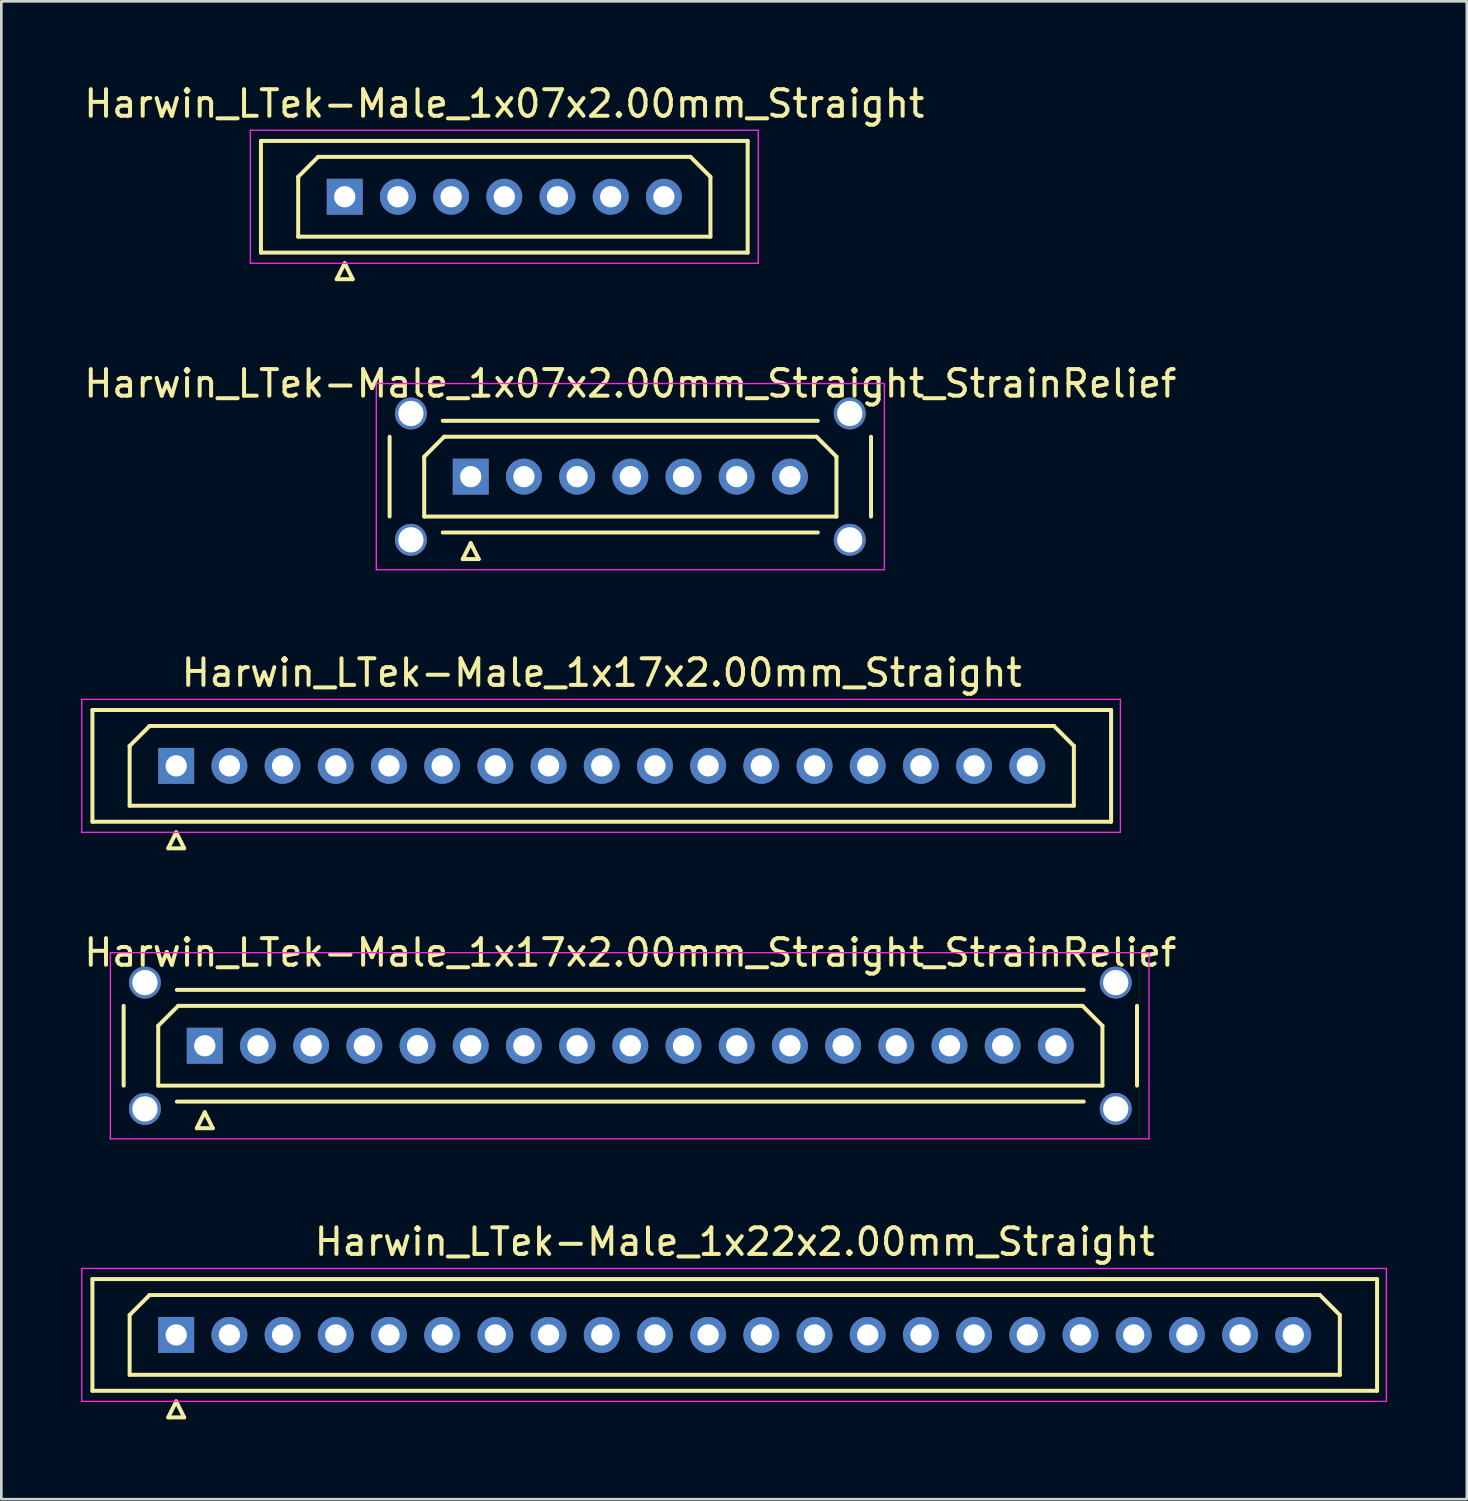
<source format=kicad_pcb>
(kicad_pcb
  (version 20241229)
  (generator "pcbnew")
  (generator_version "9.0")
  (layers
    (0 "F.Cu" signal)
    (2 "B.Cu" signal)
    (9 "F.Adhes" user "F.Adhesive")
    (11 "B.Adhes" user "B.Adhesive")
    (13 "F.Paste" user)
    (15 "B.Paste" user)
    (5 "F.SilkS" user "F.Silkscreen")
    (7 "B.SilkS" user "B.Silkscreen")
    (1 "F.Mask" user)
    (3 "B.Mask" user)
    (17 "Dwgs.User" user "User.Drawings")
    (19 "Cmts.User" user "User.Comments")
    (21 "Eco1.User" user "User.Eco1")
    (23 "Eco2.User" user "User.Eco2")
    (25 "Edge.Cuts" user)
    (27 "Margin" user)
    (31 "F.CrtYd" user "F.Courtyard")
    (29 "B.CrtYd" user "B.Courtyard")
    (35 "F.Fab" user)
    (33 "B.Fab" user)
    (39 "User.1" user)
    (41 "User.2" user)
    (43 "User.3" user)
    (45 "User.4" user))
  (footprint "Harwin_LTek-Male_1x22x2.00mm_Straight"
    (layer "F.Cu")
    (at 3.575 47.141)
    (property "Reference" "Harwin_LTek-Male_1x22x2.00mm_Straight" (at 21 -3.5 0) (layer "F.SilkS") (effects (font (size 1 1) (thickness 0.15))))
    (attr through_hole)
    (fp_line (start -3.15 -2.1) (end -3.15 2.1) (stroke (width 0.15) (type solid)) (layer "F.SilkS"))
    (fp_line (start -3.15 2.1) (end 45.15 2.1) (stroke (width 0.15) (type solid)) (layer "F.SilkS"))
    (fp_line (start -1.75 -0.75) (end -1 -1.5) (stroke (width 0.15) (type solid)) (layer "F.SilkS"))
    (fp_line (start -1.75 1.5) (end -1.75 -0.75) (stroke (width 0.15) (type solid)) (layer "F.SilkS"))
    (fp_line (start -1 -1.5) (end 43 -1.5) (stroke (width 0.15) (type solid)) (layer "F.SilkS"))
    (fp_line (start -0.3 3.1) (end 0.3 3.1) (stroke (width 0.15) (type solid)) (layer "F.SilkS"))
    (fp_line (start 0 2.5) (end -0.3 3.1) (stroke (width 0.15) (type solid)) (layer "F.SilkS"))
    (fp_line (start 0.3 3.1) (end 0 2.5) (stroke (width 0.15) (type solid)) (layer "F.SilkS"))
    (fp_line (start 43 -1.5) (end 43.75 -0.75) (stroke (width 0.15) (type solid)) (layer "F.SilkS"))
    (fp_line (start 43.75 -0.75) (end 43.75 1.5) (stroke (width 0.15) (type solid)) (layer "F.SilkS"))
    (fp_line (start 43.75 1.5) (end -1.75 1.5) (stroke (width 0.15) (type solid)) (layer "F.SilkS"))
    (fp_line (start 45.15 -2.1) (end -3.15 -2.1) (stroke (width 0.15) (type solid)) (layer "F.SilkS"))
    (fp_line (start 45.15 2.1) (end 45.15 -2.1) (stroke (width 0.15) (type solid)) (layer "F.SilkS"))
    (fp_line (start -3.55 -2.5) (end -3.55 2.5) (stroke (width 0.05) (type solid)) (layer "F.CrtYd"))
    (fp_line (start -3.55 2.5) (end 45.5 2.5) (stroke (width 0.05) (type solid)) (layer "F.CrtYd"))
    (fp_line (start 45.5 -2.5) (end -3.55 -2.5) (stroke (width 0.05) (type solid)) (layer "F.CrtYd"))
    (fp_line (start 45.5 2.5) (end 45.5 -2.5) (stroke (width 0.05) (type solid)) (layer "F.CrtYd"))
    (pad "1" thru_hole rect (at 0 0) (size 1.35 1.35) (drill 0.8) (layers "*.Cu" "*.Mask"))
    (pad "2" thru_hole circle (at 2 0) (size 1.35 1.35) (drill 0.8) (layers "*.Cu" "*.Mask"))
    (pad "3" thru_hole circle (at 4 0) (size 1.35 1.35) (drill 0.8) (layers "*.Cu" "*.Mask"))
    (pad "4" thru_hole circle (at 6 0) (size 1.35 1.35) (drill 0.8) (layers "*.Cu" "*.Mask"))
    (pad "5" thru_hole circle (at 8 0) (size 1.35 1.35) (drill 0.8) (layers "*.Cu" "*.Mask"))
    (pad "6" thru_hole circle (at 10 0) (size 1.35 1.35) (drill 0.8) (layers "*.Cu" "*.Mask"))
    (pad "7" thru_hole circle (at 12 0) (size 1.35 1.35) (drill 0.8) (layers "*.Cu" "*.Mask"))
    (pad "8" thru_hole circle (at 14 0) (size 1.35 1.35) (drill 0.8) (layers "*.Cu" "*.Mask"))
    (pad "9" thru_hole circle (at 16 0) (size 1.35 1.35) (drill 0.8) (layers "*.Cu" "*.Mask"))
    (pad "10" thru_hole circle (at 18 0) (size 1.35 1.35) (drill 0.8) (layers "*.Cu" "*.Mask"))
    (pad "11" thru_hole circle (at 20 0) (size 1.35 1.35) (drill 0.8) (layers "*.Cu" "*.Mask"))
    (pad "12" thru_hole circle (at 22 0) (size 1.35 1.35) (drill 0.8) (layers "*.Cu" "*.Mask"))
    (pad "13" thru_hole circle (at 24 0) (size 1.35 1.35) (drill 0.8) (layers "*.Cu" "*.Mask"))
    (pad "14" thru_hole circle (at 26 0) (size 1.35 1.35) (drill 0.8) (layers "*.Cu" "*.Mask"))
    (pad "15" thru_hole circle (at 28 0) (size 1.35 1.35) (drill 0.8) (layers "*.Cu" "*.Mask"))
    (pad "16" thru_hole circle (at 30 0) (size 1.35 1.35) (drill 0.8) (layers "*.Cu" "*.Mask"))
    (pad "17" thru_hole circle (at 32 0) (size 1.35 1.35) (drill 0.8) (layers "*.Cu" "*.Mask"))
    (pad "18" thru_hole circle (at 34 0) (size 1.35 1.35) (drill 0.8) (layers "*.Cu" "*.Mask"))
    (pad "19" thru_hole circle (at 36 0) (size 1.35 1.35) (drill 0.8) (layers "*.Cu" "*.Mask"))
    (pad "20" thru_hole circle (at 38 0) (size 1.35 1.35) (drill 0.8) (layers "*.Cu" "*.Mask"))
    (pad "21" thru_hole circle (at 40 0) (size 1.35 1.35) (drill 0.8) (layers "*.Cu" "*.Mask"))
    (pad "22" thru_hole circle (at 42 0) (size 1.35 1.35) (drill 0.8) (layers "*.Cu" "*.Mask")))
  (footprint "Harwin_LTek-Male_1x07x2.00mm_Straight_StrainRelief"
    (layer "F.Cu")
    (at 14.649 14.871)
    (property "Reference" "Harwin_LTek-Male_1x07x2.00mm_Straight_StrainRelief" (at 6 -3.5 0) (layer "F.SilkS") (effects (font (size 1 1) (thickness 0.15))))
    (attr through_hole)
    (fp_line (start -3.05 -1.5) (end -3.05 1.5) (stroke (width 0.15) (type solid)) (layer "F.SilkS"))
    (fp_line (start -1.75 -0.75) (end -1 -1.5) (stroke (width 0.15) (type solid)) (layer "F.SilkS"))
    (fp_line (start -1.75 1.5) (end -1.75 -0.75) (stroke (width 0.15) (type solid)) (layer "F.SilkS"))
    (fp_line (start -1.05 -2.1) (end 13.05 -2.1) (stroke (width 0.15) (type solid)) (layer "F.SilkS"))
    (fp_line (start -1.05 2.1) (end 13.05 2.1) (stroke (width 0.15) (type solid)) (layer "F.SilkS"))
    (fp_line (start -1 -1.5) (end 13 -1.5) (stroke (width 0.15) (type solid)) (layer "F.SilkS"))
    (fp_line (start -0.3 3.1) (end 0.3 3.1) (stroke (width 0.15) (type solid)) (layer "F.SilkS"))
    (fp_line (start 0 2.5) (end -0.3 3.1) (stroke (width 0.15) (type solid)) (layer "F.SilkS"))
    (fp_line (start 0.3 3.1) (end 0 2.5) (stroke (width 0.15) (type solid)) (layer "F.SilkS"))
    (fp_line (start 13 -1.5) (end 13.75 -0.75) (stroke (width 0.15) (type solid)) (layer "F.SilkS"))
    (fp_line (start 13.75 -0.75) (end 13.75 1.5) (stroke (width 0.15) (type solid)) (layer "F.SilkS"))
    (fp_line (start 13.75 1.5) (end -1.75 1.5) (stroke (width 0.15) (type solid)) (layer "F.SilkS"))
    (fp_line (start 15.05 -1.5) (end 15.05 1.5) (stroke (width 0.15) (type solid)) (layer "F.SilkS"))
    (fp_line (start -3.55 -3.5) (end -3.55 3.5) (stroke (width 0.05) (type solid)) (layer "F.CrtYd"))
    (fp_line (start -3.55 3.5) (end 15.55 3.5) (stroke (width 0.05) (type solid)) (layer "F.CrtYd"))
    (fp_line (start 15.55 -3.5) (end -3.55 -3.5) (stroke (width 0.05) (type solid)) (layer "F.CrtYd"))
    (fp_line (start 15.55 3.5) (end 15.55 -3.5) (stroke (width 0.05) (type solid)) (layer "F.CrtYd"))
    (pad "" thru_hole circle (at -2.25 -2.375) (size 1.2 1.2) (drill 0.95) (layers "*.Cu" "*.Mask"))
    (pad "" thru_hole circle (at -2.25 2.375) (size 1.2 1.2) (drill 0.95) (layers "*.Cu" "*.Mask"))
    (pad "" thru_hole circle (at 14.25 -2.375) (size 1.2 1.2) (drill 0.95) (layers "*.Cu" "*.Mask"))
    (pad "" thru_hole circle (at 14.25 2.375) (size 1.2 1.2) (drill 0.95) (layers "*.Cu" "*.Mask"))
    (pad "1" thru_hole rect (at 0 0) (size 1.35 1.35) (drill 0.8) (layers "*.Cu" "*.Mask"))
    (pad "2" thru_hole circle (at 2 0) (size 1.35 1.35) (drill 0.8) (layers "*.Cu" "*.Mask"))
    (pad "3" thru_hole circle (at 4 0) (size 1.35 1.35) (drill 0.8) (layers "*.Cu" "*.Mask"))
    (pad "4" thru_hole circle (at 6 0) (size 1.35 1.35) (drill 0.8) (layers "*.Cu" "*.Mask"))
    (pad "5" thru_hole circle (at 8 0) (size 1.35 1.35) (drill 0.8) (layers "*.Cu" "*.Mask"))
    (pad "6" thru_hole circle (at 10 0) (size 1.35 1.35) (drill 0.8) (layers "*.Cu" "*.Mask"))
    (pad "7" thru_hole circle (at 12 0) (size 1.35 1.35) (drill 0.8) (layers "*.Cu" "*.Mask")))
  (footprint "Harwin_LTek-Male_1x17x2.00mm_Straight"
    (layer "F.Cu")
    (at 3.575 25.745)
    (property "Reference" "Harwin_LTek-Male_1x17x2.00mm_Straight" (at 16 -3.5 0) (layer "F.SilkS") (effects (font (size 1 1) (thickness 0.15))))
    (attr through_hole)
    (fp_line (start -3.15 -2.1) (end -3.15 2.1) (stroke (width 0.15) (type solid)) (layer "F.SilkS"))
    (fp_line (start -3.15 2.1) (end 35.15 2.1) (stroke (width 0.15) (type solid)) (layer "F.SilkS"))
    (fp_line (start -1.75 -0.75) (end -1 -1.5) (stroke (width 0.15) (type solid)) (layer "F.SilkS"))
    (fp_line (start -1.75 1.5) (end -1.75 -0.75) (stroke (width 0.15) (type solid)) (layer "F.SilkS"))
    (fp_line (start -1 -1.5) (end 33 -1.5) (stroke (width 0.15) (type solid)) (layer "F.SilkS"))
    (fp_line (start -0.3 3.1) (end 0.3 3.1) (stroke (width 0.15) (type solid)) (layer "F.SilkS"))
    (fp_line (start 0 2.5) (end -0.3 3.1) (stroke (width 0.15) (type solid)) (layer "F.SilkS"))
    (fp_line (start 0.3 3.1) (end 0 2.5) (stroke (width 0.15) (type solid)) (layer "F.SilkS"))
    (fp_line (start 33 -1.5) (end 33.75 -0.75) (stroke (width 0.15) (type solid)) (layer "F.SilkS"))
    (fp_line (start 33.75 -0.75) (end 33.75 1.5) (stroke (width 0.15) (type solid)) (layer "F.SilkS"))
    (fp_line (start 33.75 1.5) (end -1.75 1.5) (stroke (width 0.15) (type solid)) (layer "F.SilkS"))
    (fp_line (start 35.15 -2.1) (end -3.15 -2.1) (stroke (width 0.15) (type solid)) (layer "F.SilkS"))
    (fp_line (start 35.15 2.1) (end 35.15 -2.1) (stroke (width 0.15) (type solid)) (layer "F.SilkS"))
    (fp_line (start -3.55 -2.5) (end -3.55 2.5) (stroke (width 0.05) (type solid)) (layer "F.CrtYd"))
    (fp_line (start -3.55 2.5) (end 35.5 2.5) (stroke (width 0.05) (type solid)) (layer "F.CrtYd"))
    (fp_line (start 35.5 -2.5) (end -3.55 -2.5) (stroke (width 0.05) (type solid)) (layer "F.CrtYd"))
    (fp_line (start 35.5 2.5) (end 35.5 -2.5) (stroke (width 0.05) (type solid)) (layer "F.CrtYd"))
    (pad "1" thru_hole rect (at 0 0) (size 1.35 1.35) (drill 0.8) (layers "*.Cu" "*.Mask"))
    (pad "2" thru_hole circle (at 2 0) (size 1.35 1.35) (drill 0.8) (layers "*.Cu" "*.Mask"))
    (pad "3" thru_hole circle (at 4 0) (size 1.35 1.35) (drill 0.8) (layers "*.Cu" "*.Mask"))
    (pad "4" thru_hole circle (at 6 0) (size 1.35 1.35) (drill 0.8) (layers "*.Cu" "*.Mask"))
    (pad "5" thru_hole circle (at 8 0) (size 1.35 1.35) (drill 0.8) (layers "*.Cu" "*.Mask"))
    (pad "6" thru_hole circle (at 10 0) (size 1.35 1.35) (drill 0.8) (layers "*.Cu" "*.Mask"))
    (pad "7" thru_hole circle (at 12 0) (size 1.35 1.35) (drill 0.8) (layers "*.Cu" "*.Mask"))
    (pad "8" thru_hole circle (at 14 0) (size 1.35 1.35) (drill 0.8) (layers "*.Cu" "*.Mask"))
    (pad "9" thru_hole circle (at 16 0) (size 1.35 1.35) (drill 0.8) (layers "*.Cu" "*.Mask"))
    (pad "10" thru_hole circle (at 18 0) (size 1.35 1.35) (drill 0.8) (layers "*.Cu" "*.Mask"))
    (pad "11" thru_hole circle (at 20 0) (size 1.35 1.35) (drill 0.8) (layers "*.Cu" "*.Mask"))
    (pad "12" thru_hole circle (at 22 0) (size 1.35 1.35) (drill 0.8) (layers "*.Cu" "*.Mask"))
    (pad "13" thru_hole circle (at 24 0) (size 1.35 1.35) (drill 0.8) (layers "*.Cu" "*.Mask"))
    (pad "14" thru_hole circle (at 26 0) (size 1.35 1.35) (drill 0.8) (layers "*.Cu" "*.Mask"))
    (pad "15" thru_hole circle (at 28 0) (size 1.35 1.35) (drill 0.8) (layers "*.Cu" "*.Mask"))
    (pad "16" thru_hole circle (at 30 0) (size 1.35 1.35) (drill 0.8) (layers "*.Cu" "*.Mask"))
    (pad "17" thru_hole circle (at 32 0) (size 1.35 1.35) (drill 0.8) (layers "*.Cu" "*.Mask")))
  (footprint "Harwin_LTek-Male_1x17x2.00mm_Straight_StrainRelief"
    (layer "F.Cu")
    (at 4.649 36.268)
    (property "Reference" "Harwin_LTek-Male_1x17x2.00mm_Straight_StrainRelief" (at 16 -3.5 0) (layer "F.SilkS") (effects (font (size 1 1) (thickness 0.15))))
    (attr through_hole)
    (fp_line (start -3.05 -1.5) (end -3.05 1.5) (stroke (width 0.15) (type solid)) (layer "F.SilkS"))
    (fp_line (start -1.75 -0.75) (end -1 -1.5) (stroke (width 0.15) (type solid)) (layer "F.SilkS"))
    (fp_line (start -1.75 1.5) (end -1.75 -0.75) (stroke (width 0.15) (type solid)) (layer "F.SilkS"))
    (fp_line (start -1.05 -2.1) (end 33.05 -2.1) (stroke (width 0.15) (type solid)) (layer "F.SilkS"))
    (fp_line (start -1.05 2.1) (end 33.05 2.1) (stroke (width 0.15) (type solid)) (layer "F.SilkS"))
    (fp_line (start -1 -1.5) (end 33 -1.5) (stroke (width 0.15) (type solid)) (layer "F.SilkS"))
    (fp_line (start -0.3 3.1) (end 0.3 3.1) (stroke (width 0.15) (type solid)) (layer "F.SilkS"))
    (fp_line (start 0 2.5) (end -0.3 3.1) (stroke (width 0.15) (type solid)) (layer "F.SilkS"))
    (fp_line (start 0.3 3.1) (end 0 2.5) (stroke (width 0.15) (type solid)) (layer "F.SilkS"))
    (fp_line (start 33 -1.5) (end 33.75 -0.75) (stroke (width 0.15) (type solid)) (layer "F.SilkS"))
    (fp_line (start 33.75 -0.75) (end 33.75 1.5) (stroke (width 0.15) (type solid)) (layer "F.SilkS"))
    (fp_line (start 33.75 1.5) (end -1.75 1.5) (stroke (width 0.15) (type solid)) (layer "F.SilkS"))
    (fp_line (start 35.05 -1.5) (end 35.05 1.5) (stroke (width 0.15) (type solid)) (layer "F.SilkS"))
    (fp_line (start -3.55 -3.5) (end -3.55 3.5) (stroke (width 0.05) (type solid)) (layer "F.CrtYd"))
    (fp_line (start -3.55 3.5) (end 35.5 3.5) (stroke (width 0.05) (type solid)) (layer "F.CrtYd"))
    (fp_line (start 35.5 -3.5) (end -3.55 -3.5) (stroke (width 0.05) (type solid)) (layer "F.CrtYd"))
    (fp_line (start 35.5 3.5) (end 35.5 -3.5) (stroke (width 0.05) (type solid)) (layer "F.CrtYd"))
    (pad "" thru_hole circle (at -2.25 -2.375) (size 1.2 1.2) (drill 0.95) (layers "*.Cu" "*.Mask"))
    (pad "" thru_hole circle (at -2.25 2.375) (size 1.2 1.2) (drill 0.95) (layers "*.Cu" "*.Mask"))
    (pad "" thru_hole circle (at 34.25 -2.375) (size 1.2 1.2) (drill 0.95) (layers "*.Cu" "*.Mask"))
    (pad "" thru_hole circle (at 34.25 2.375) (size 1.2 1.2) (drill 0.95) (layers "*.Cu" "*.Mask"))
    (pad "1" thru_hole rect (at 0 0) (size 1.35 1.35) (drill 0.8) (layers "*.Cu" "*.Mask"))
    (pad "2" thru_hole circle (at 2 0) (size 1.35 1.35) (drill 0.8) (layers "*.Cu" "*.Mask"))
    (pad "3" thru_hole circle (at 4 0) (size 1.35 1.35) (drill 0.8) (layers "*.Cu" "*.Mask"))
    (pad "4" thru_hole circle (at 6 0) (size 1.35 1.35) (drill 0.8) (layers "*.Cu" "*.Mask"))
    (pad "5" thru_hole circle (at 8 0) (size 1.35 1.35) (drill 0.8) (layers "*.Cu" "*.Mask"))
    (pad "6" thru_hole circle (at 10 0) (size 1.35 1.35) (drill 0.8) (layers "*.Cu" "*.Mask"))
    (pad "7" thru_hole circle (at 12 0) (size 1.35 1.35) (drill 0.8) (layers "*.Cu" "*.Mask"))
    (pad "8" thru_hole circle (at 14 0) (size 1.35 1.35) (drill 0.8) (layers "*.Cu" "*.Mask"))
    (pad "9" thru_hole circle (at 16 0) (size 1.35 1.35) (drill 0.8) (layers "*.Cu" "*.Mask"))
    (pad "10" thru_hole circle (at 18 0) (size 1.35 1.35) (drill 0.8) (layers "*.Cu" "*.Mask"))
    (pad "11" thru_hole circle (at 20 0) (size 1.35 1.35) (drill 0.8) (layers "*.Cu" "*.Mask"))
    (pad "12" thru_hole circle (at 22 0) (size 1.35 1.35) (drill 0.8) (layers "*.Cu" "*.Mask"))
    (pad "13" thru_hole circle (at 24 0) (size 1.35 1.35) (drill 0.8) (layers "*.Cu" "*.Mask"))
    (pad "14" thru_hole circle (at 26 0) (size 1.35 1.35) (drill 0.8) (layers "*.Cu" "*.Mask"))
    (pad "15" thru_hole circle (at 28 0) (size 1.35 1.35) (drill 0.8) (layers "*.Cu" "*.Mask"))
    (pad "16" thru_hole circle (at 30 0) (size 1.35 1.35) (drill 0.8) (layers "*.Cu" "*.Mask"))
    (pad "17" thru_hole circle (at 32 0) (size 1.35 1.35) (drill 0.8) (layers "*.Cu" "*.Mask")))
  (footprint "Harwin_LTek-Male_1x07x2.00mm_Straight"
    (layer "F.Cu")
    (at 9.911 4.348)
    (property "Reference" "Harwin_LTek-Male_1x07x2.00mm_Straight" (at 6 -3.5 0) (layer "F.SilkS") (effects (font (size 1 1) (thickness 0.15))))
    (attr through_hole)
    (fp_line (start -3.15 -2.1) (end -3.15 2.1) (stroke (width 0.15) (type solid)) (layer "F.SilkS"))
    (fp_line (start -3.15 2.1) (end 15.15 2.1) (stroke (width 0.15) (type solid)) (layer "F.SilkS"))
    (fp_line (start -1.75 -0.75) (end -1 -1.5) (stroke (width 0.15) (type solid)) (layer "F.SilkS"))
    (fp_line (start -1.75 1.5) (end -1.75 -0.75) (stroke (width 0.15) (type solid)) (layer "F.SilkS"))
    (fp_line (start -1 -1.5) (end 13 -1.5) (stroke (width 0.15) (type solid)) (layer "F.SilkS"))
    (fp_line (start -0.3 3.1) (end 0.3 3.1) (stroke (width 0.15) (type solid)) (layer "F.SilkS"))
    (fp_line (start 0 2.5) (end -0.3 3.1) (stroke (width 0.15) (type solid)) (layer "F.SilkS"))
    (fp_line (start 0.3 3.1) (end 0 2.5) (stroke (width 0.15) (type solid)) (layer "F.SilkS"))
    (fp_line (start 13 -1.5) (end 13.75 -0.75) (stroke (width 0.15) (type solid)) (layer "F.SilkS"))
    (fp_line (start 13.75 -0.75) (end 13.75 1.5) (stroke (width 0.15) (type solid)) (layer "F.SilkS"))
    (fp_line (start 13.75 1.5) (end -1.75 1.5) (stroke (width 0.15) (type solid)) (layer "F.SilkS"))
    (fp_line (start 15.15 -2.1) (end -3.15 -2.1) (stroke (width 0.15) (type solid)) (layer "F.SilkS"))
    (fp_line (start 15.15 2.1) (end 15.15 -2.1) (stroke (width 0.15) (type solid)) (layer "F.SilkS"))
    (fp_line (start -3.55 -2.5) (end -3.55 2.5) (stroke (width 0.05) (type solid)) (layer "F.CrtYd"))
    (fp_line (start -3.55 2.5) (end 15.55 2.5) (stroke (width 0.05) (type solid)) (layer "F.CrtYd"))
    (fp_line (start 15.55 -2.5) (end -3.55 -2.5) (stroke (width 0.05) (type solid)) (layer "F.CrtYd"))
    (fp_line (start 15.55 2.5) (end 15.55 -2.5) (stroke (width 0.05) (type solid)) (layer "F.CrtYd"))
    (pad "1" thru_hole rect (at 0 0) (size 1.35 1.35) (drill 0.8) (layers "*.Cu" "*.Mask"))
    (pad "2" thru_hole circle (at 2 0) (size 1.35 1.35) (drill 0.8) (layers "*.Cu" "*.Mask"))
    (pad "3" thru_hole circle (at 4 0) (size 1.35 1.35) (drill 0.8) (layers "*.Cu" "*.Mask"))
    (pad "4" thru_hole circle (at 6 0) (size 1.35 1.35) (drill 0.8) (layers "*.Cu" "*.Mask"))
    (pad "5" thru_hole circle (at 8 0) (size 1.35 1.35) (drill 0.8) (layers "*.Cu" "*.Mask"))
    (pad "6" thru_hole circle (at 10 0) (size 1.35 1.35) (drill 0.8) (layers "*.Cu" "*.Mask"))
    (pad "7" thru_hole circle (at 12 0) (size 1.35 1.35) (drill 0.8) (layers "*.Cu" "*.Mask")))
  (gr_rect
    (start -3 -3)
    (end 52.1 53.316)
    (stroke (width 0.1) (type default))
    (fill no)
    (layer "Edge.Cuts")))
</source>
